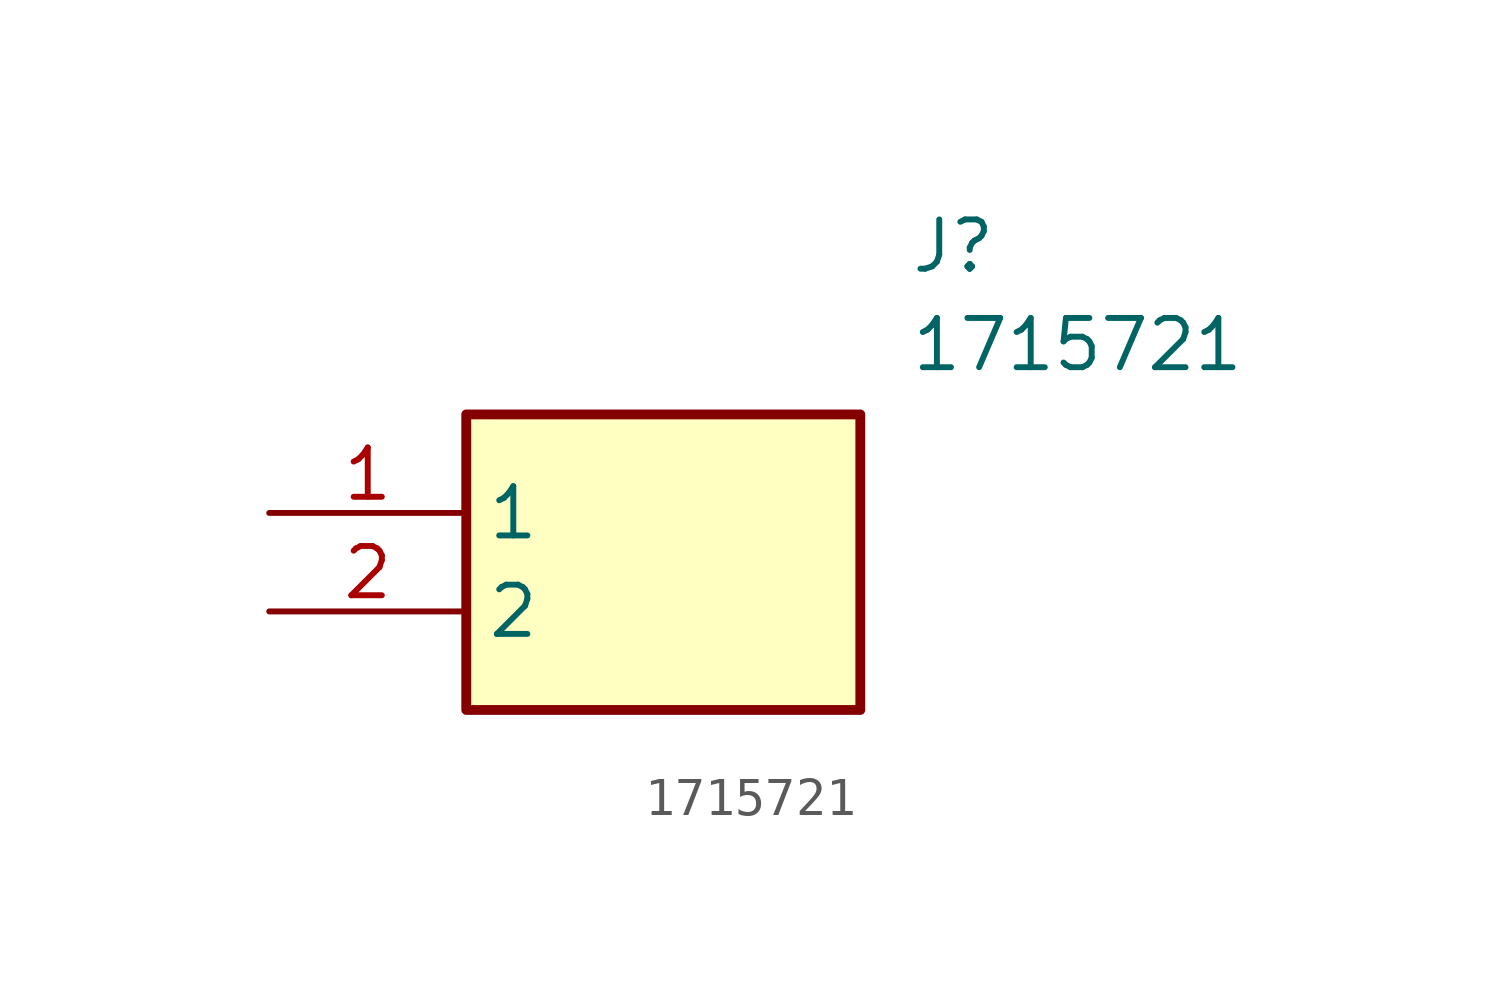
<source format=kicad_sym>
(kicad_symbol_lib
  (version 20231120)
  (generator "kicad_symbol_editor")
  (generator_version "8.0")
  (symbol "1715721"
    (property "Reference" "J"
      (at 16.51 7.62 0)
      (effects (font (size 1.27 1.27)) (justify left top)))
    (property "Value" "1715721"
      (at 16.51 5.08 0)
      (effects (font (size 1.27 1.27)) (justify left top)))
    (symbol "1715721_1_1"
      (rectangle (start 5.08 2.54) (end 15.24 -5.08) (stroke (width 0.254) (type default)) (fill (type background)))
      (pin passive line (at 0 0 0) (length 5.08) (name "1" (effects (font (size 1.27 1.27)))) (number "1" (effects (font (size 1.27 1.27)))))
      (pin passive line (at 0 -2.54 0) (length 5.08) (name "2" (effects (font (size 1.27 1.27)))) (number "2" (effects (font (size 1.27 1.27))))))))
</source>
